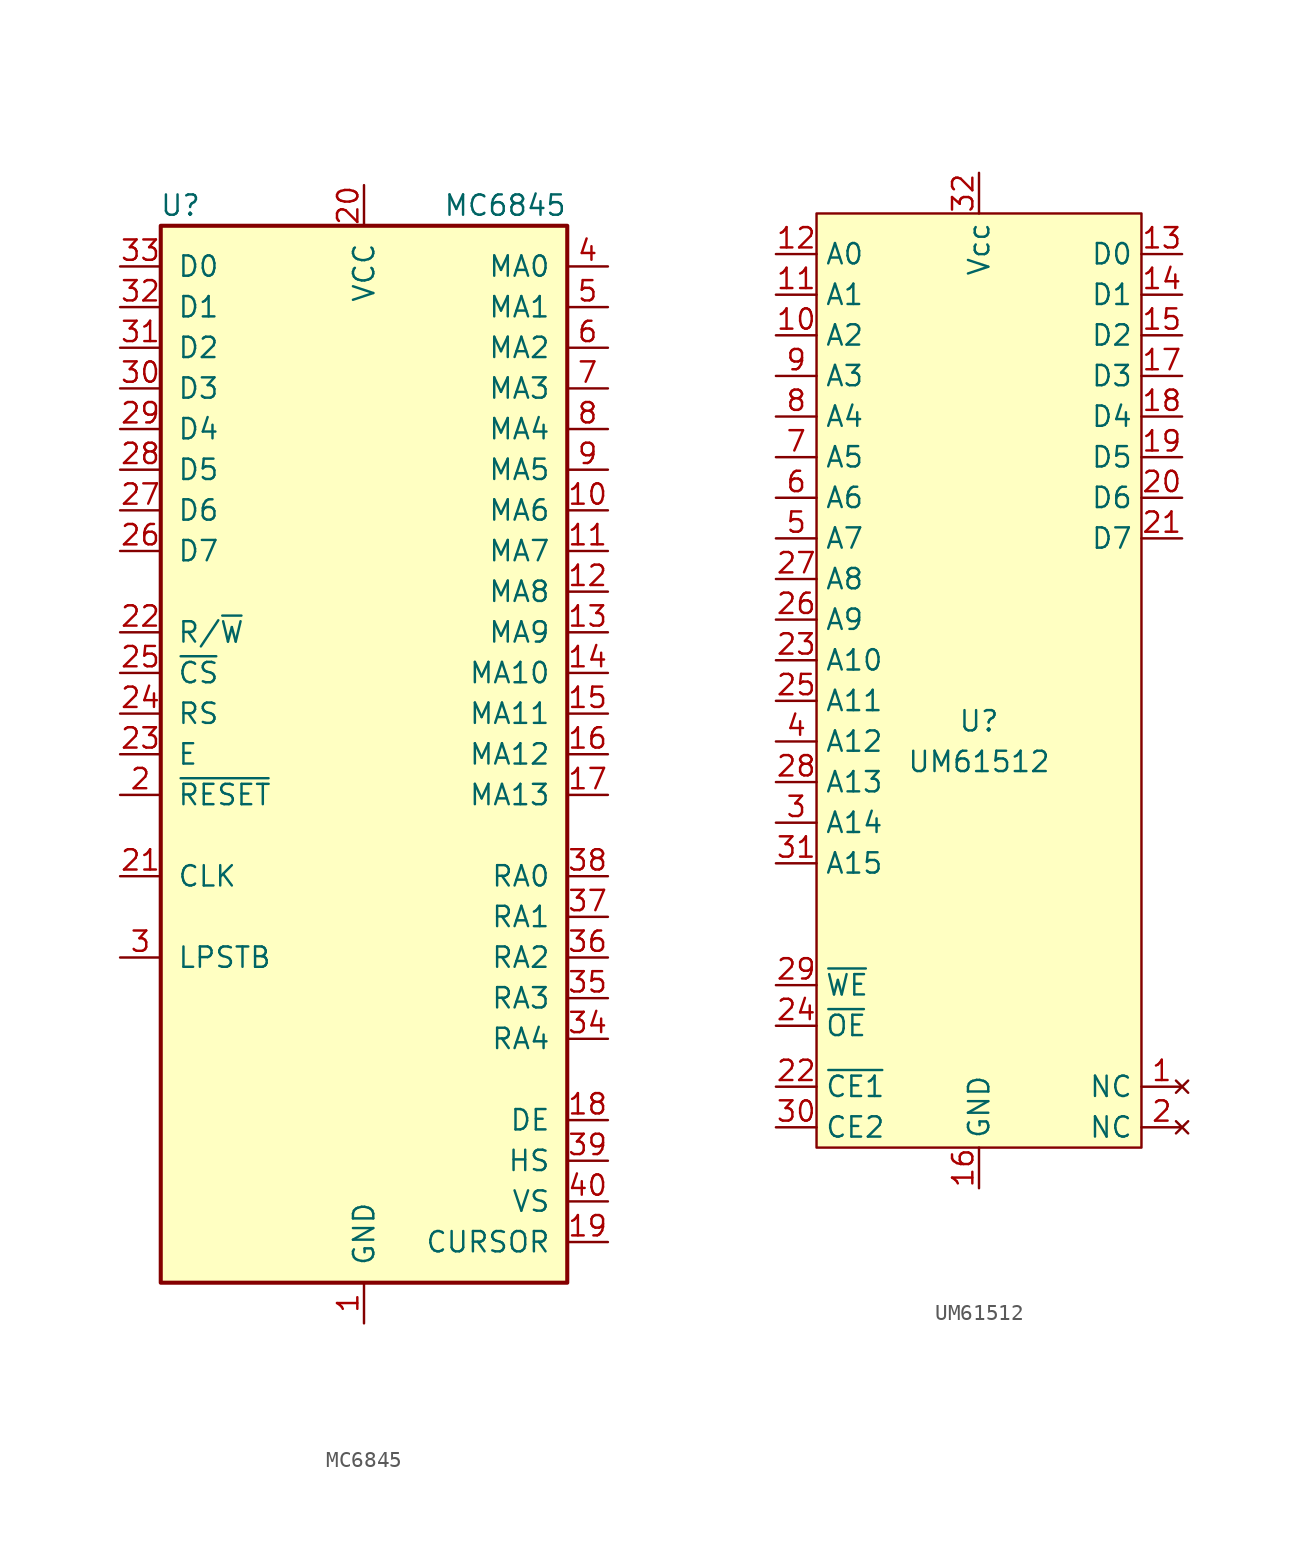
<source format=kicad_sym>
(kicad_symbol_lib
  (version 20211014)
  (generator kicad_symbol_editor)
  (symbol "MC6845"
    (pin_names
      (offset 1.016))
    (property "Reference" "U"
      (at -10.16 34.29 0)
      (effects (font (size 1.27 1.27)) (justify right)))
    (property "Value" "MC6845"
      (at 12.7 34.29 0)
      (effects (font (size 1.27 1.27)) (justify right)))
    (symbol "MC6845_0_1"
      (rectangle (start -12.7 -33.02) (end 12.7 33.02) (stroke (width 0.254) (type default) (color 0 0 0 0)) (fill (type background))))
    (symbol "MC6845_1_1"
      (pin power_in line (at 0 -35.56 90) (length 2.54) (name "GND" (effects (font (size 1.27 1.27)))) (number "1" (effects (font (size 1.27 1.27)))))
      (pin output line (at 15.24 15.24 180) (length 2.54) (name "MA6" (effects (font (size 1.27 1.27)))) (number "10" (effects (font (size 1.27 1.27)))))
      (pin output line (at 15.24 12.7 180) (length 2.54) (name "MA7" (effects (font (size 1.27 1.27)))) (number "11" (effects (font (size 1.27 1.27)))))
      (pin output line (at 15.24 10.16 180) (length 2.54) (name "MA8" (effects (font (size 1.27 1.27)))) (number "12" (effects (font (size 1.27 1.27)))))
      (pin output line (at 15.24 7.62 180) (length 2.54) (name "MA9" (effects (font (size 1.27 1.27)))) (number "13" (effects (font (size 1.27 1.27)))))
      (pin output line (at 15.24 5.08 180) (length 2.54) (name "MA10" (effects (font (size 1.27 1.27)))) (number "14" (effects (font (size 1.27 1.27)))))
      (pin output line (at 15.24 2.54 180) (length 2.54) (name "MA11" (effects (font (size 1.27 1.27)))) (number "15" (effects (font (size 1.27 1.27)))))
      (pin output line (at 15.24 0 180) (length 2.54) (name "MA12" (effects (font (size 1.27 1.27)))) (number "16" (effects (font (size 1.27 1.27)))))
      (pin output line (at 15.24 -2.54 180) (length 2.54) (name "MA13" (effects (font (size 1.27 1.27)))) (number "17" (effects (font (size 1.27 1.27)))))
      (pin output line (at 15.24 -22.86 180) (length 2.54) (name "DE" (effects (font (size 1.27 1.27)))) (number "18" (effects (font (size 1.27 1.27)))))
      (pin output line (at 15.24 -30.48 180) (length 2.54) (name "CURSOR" (effects (font (size 1.27 1.27)))) (number "19" (effects (font (size 1.27 1.27)))))
      (pin input line (at -15.24 -2.54 0) (length 2.54) (name "~{RESET}" (effects (font (size 1.27 1.27)))) (number "2" (effects (font (size 1.27 1.27)))))
      (pin power_in line (at 0 35.56 270) (length 2.54) (name "VCC" (effects (font (size 1.27 1.27)))) (number "20" (effects (font (size 1.27 1.27)))))
      (pin input line (at -15.24 -7.62 0) (length 2.54) (name "CLK" (effects (font (size 1.27 1.27)))) (number "21" (effects (font (size 1.27 1.27)))))
      (pin input line (at -15.24 7.62 0) (length 2.54) (name "R/~{W}" (effects (font (size 1.27 1.27)))) (number "22" (effects (font (size 1.27 1.27)))))
      (pin input line (at -15.24 0 0) (length 2.54) (name "E" (effects (font (size 1.27 1.27)))) (number "23" (effects (font (size 1.27 1.27)))))
      (pin input line (at -15.24 2.54 0) (length 2.54) (name "RS" (effects (font (size 1.27 1.27)))) (number "24" (effects (font (size 1.27 1.27)))))
      (pin input line (at -15.24 5.08 0) (length 2.54) (name "~{CS}" (effects (font (size 1.27 1.27)))) (number "25" (effects (font (size 1.27 1.27)))))
      (pin bidirectional line (at -15.24 12.7 0) (length 2.54) (name "D7" (effects (font (size 1.27 1.27)))) (number "26" (effects (font (size 1.27 1.27)))))
      (pin bidirectional line (at -15.24 15.24 0) (length 2.54) (name "D6" (effects (font (size 1.27 1.27)))) (number "27" (effects (font (size 1.27 1.27)))))
      (pin bidirectional line (at -15.24 17.78 0) (length 2.54) (name "D5" (effects (font (size 1.27 1.27)))) (number "28" (effects (font (size 1.27 1.27)))))
      (pin bidirectional line (at -15.24 20.32 0) (length 2.54) (name "D4" (effects (font (size 1.27 1.27)))) (number "29" (effects (font (size 1.27 1.27)))))
      (pin input line (at -15.24 -12.7 0) (length 2.54) (name "LPSTB" (effects (font (size 1.27 1.27)))) (number "3" (effects (font (size 1.27 1.27)))))
      (pin bidirectional line (at -15.24 22.86 0) (length 2.54) (name "D3" (effects (font (size 1.27 1.27)))) (number "30" (effects (font (size 1.27 1.27)))))
      (pin bidirectional line (at -15.24 25.4 0) (length 2.54) (name "D2" (effects (font (size 1.27 1.27)))) (number "31" (effects (font (size 1.27 1.27)))))
      (pin bidirectional line (at -15.24 27.94 0) (length 2.54) (name "D1" (effects (font (size 1.27 1.27)))) (number "32" (effects (font (size 1.27 1.27)))))
      (pin bidirectional line (at -15.24 30.48 0) (length 2.54) (name "D0" (effects (font (size 1.27 1.27)))) (number "33" (effects (font (size 1.27 1.27)))))
      (pin output line (at 15.24 -17.78 180) (length 2.54) (name "RA4" (effects (font (size 1.27 1.27)))) (number "34" (effects (font (size 1.27 1.27)))))
      (pin output line (at 15.24 -15.24 180) (length 2.54) (name "RA3" (effects (font (size 1.27 1.27)))) (number "35" (effects (font (size 1.27 1.27)))))
      (pin output line (at 15.24 -12.7 180) (length 2.54) (name "RA2" (effects (font (size 1.27 1.27)))) (number "36" (effects (font (size 1.27 1.27)))))
      (pin output line (at 15.24 -10.16 180) (length 2.54) (name "RA1" (effects (font (size 1.27 1.27)))) (number "37" (effects (font (size 1.27 1.27)))))
      (pin output line (at 15.24 -7.62 180) (length 2.54) (name "RA0" (effects (font (size 1.27 1.27)))) (number "38" (effects (font (size 1.27 1.27)))))
      (pin output line (at 15.24 -25.4 180) (length 2.54) (name "HS" (effects (font (size 1.27 1.27)))) (number "39" (effects (font (size 1.27 1.27)))))
      (pin output line (at 15.24 30.48 180) (length 2.54) (name "MA0" (effects (font (size 1.27 1.27)))) (number "4" (effects (font (size 1.27 1.27)))))
      (pin output line (at 15.24 -27.94 180) (length 2.54) (name "VS" (effects (font (size 1.27 1.27)))) (number "40" (effects (font (size 1.27 1.27)))))
      (pin output line (at 15.24 27.94 180) (length 2.54) (name "MA1" (effects (font (size 1.27 1.27)))) (number "5" (effects (font (size 1.27 1.27)))))
      (pin output line (at 15.24 25.4 180) (length 2.54) (name "MA2" (effects (font (size 1.27 1.27)))) (number "6" (effects (font (size 1.27 1.27)))))
      (pin output line (at 15.24 22.86 180) (length 2.54) (name "MA3" (effects (font (size 1.27 1.27)))) (number "7" (effects (font (size 1.27 1.27)))))
      (pin output line (at 15.24 20.32 180) (length 2.54) (name "MA4" (effects (font (size 1.27 1.27)))) (number "8" (effects (font (size 1.27 1.27)))))
      (pin output line (at 15.24 17.78 180) (length 2.54) (name "MA5" (effects (font (size 1.27 1.27)))) (number "9" (effects (font (size 1.27 1.27)))))))
  (symbol "UM61512"
    (property "Reference" "U"
      (at 0 -3.81 0)
      (effects (font (size 1.27 1.27))))
    (property "Value" "UM61512"
      (at 0 -6.35 0)
      (effects (font (size 1.27 1.27))))
    (symbol "UM61512_0_1"
      (rectangle (start -10.16 27.94) (end 10.16 -30.48) (stroke (width 0) (type default) (color 0 0 0 0)) (fill (type background))))
    (symbol "UM61512_1_1"
      (pin no_connect line (at 12.7 -26.67 180) (length 2.54) (name "NC" (effects (font (size 1.27 1.27)))) (number "1" (effects (font (size 1.27 1.27)))))
      (pin input line (at -12.7 20.32 0) (length 2.54) (name "A2" (effects (font (size 1.27 1.27)))) (number "10" (effects (font (size 1.27 1.27)))))
      (pin input line (at -12.7 22.86 0) (length 2.54) (name "A1" (effects (font (size 1.27 1.27)))) (number "11" (effects (font (size 1.27 1.27)))))
      (pin input line (at -12.7 25.4 0) (length 2.54) (name "A0" (effects (font (size 1.27 1.27)))) (number "12" (effects (font (size 1.27 1.27)))))
      (pin bidirectional line (at 12.7 25.4 180) (length 2.54) (name "D0" (effects (font (size 1.27 1.27)))) (number "13" (effects (font (size 1.27 1.27)))))
      (pin bidirectional line (at 12.7 22.86 180) (length 2.54) (name "D1" (effects (font (size 1.27 1.27)))) (number "14" (effects (font (size 1.27 1.27)))))
      (pin bidirectional line (at 12.7 20.32 180) (length 2.54) (name "D2" (effects (font (size 1.27 1.27)))) (number "15" (effects (font (size 1.27 1.27)))))
      (pin power_in line (at 0 -33.02 90) (length 2.54) (name "GND" (effects (font (size 1.27 1.27)))) (number "16" (effects (font (size 1.27 1.27)))))
      (pin bidirectional line (at 12.7 17.78 180) (length 2.54) (name "D3" (effects (font (size 1.27 1.27)))) (number "17" (effects (font (size 1.27 1.27)))))
      (pin bidirectional line (at 12.7 15.24 180) (length 2.54) (name "D4" (effects (font (size 1.27 1.27)))) (number "18" (effects (font (size 1.27 1.27)))))
      (pin bidirectional line (at 12.7 12.7 180) (length 2.54) (name "D5" (effects (font (size 1.27 1.27)))) (number "19" (effects (font (size 1.27 1.27)))))
      (pin no_connect line (at 12.7 -29.21 180) (length 2.54) (name "NC" (effects (font (size 1.27 1.27)))) (number "2" (effects (font (size 1.27 1.27)))))
      (pin bidirectional line (at 12.7 10.16 180) (length 2.54) (name "D6" (effects (font (size 1.27 1.27)))) (number "20" (effects (font (size 1.27 1.27)))))
      (pin bidirectional line (at 12.7 7.62 180) (length 2.54) (name "D7" (effects (font (size 1.27 1.27)))) (number "21" (effects (font (size 1.27 1.27)))))
      (pin input line (at -12.7 -26.67 0) (length 2.54) (name "~{CE1}" (effects (font (size 1.27 1.27)))) (number "22" (effects (font (size 1.27 1.27)))))
      (pin input line (at -12.7 0 0) (length 2.54) (name "A10" (effects (font (size 1.27 1.27)))) (number "23" (effects (font (size 1.27 1.27)))))
      (pin input line (at -12.7 -22.86 0) (length 2.54) (name "~{OE}" (effects (font (size 1.27 1.27)))) (number "24" (effects (font (size 1.27 1.27)))))
      (pin input line (at -12.7 -2.54 0) (length 2.54) (name "A11" (effects (font (size 1.27 1.27)))) (number "25" (effects (font (size 1.27 1.27)))))
      (pin input line (at -12.7 2.54 0) (length 2.54) (name "A9" (effects (font (size 1.27 1.27)))) (number "26" (effects (font (size 1.27 1.27)))))
      (pin input line (at -12.7 5.08 0) (length 2.54) (name "A8" (effects (font (size 1.27 1.27)))) (number "27" (effects (font (size 1.27 1.27)))))
      (pin input line (at -12.7 -7.62 0) (length 2.54) (name "A13" (effects (font (size 1.27 1.27)))) (number "28" (effects (font (size 1.27 1.27)))))
      (pin input line (at -12.7 -20.32 0) (length 2.54) (name "~{WE}" (effects (font (size 1.27 1.27)))) (number "29" (effects (font (size 1.27 1.27)))))
      (pin input line (at -12.7 -10.16 0) (length 2.54) (name "A14" (effects (font (size 1.27 1.27)))) (number "3" (effects (font (size 1.27 1.27)))))
      (pin input line (at -12.7 -29.21 0) (length 2.54) (name "CE2" (effects (font (size 1.27 1.27)))) (number "30" (effects (font (size 1.27 1.27)))))
      (pin input line (at -12.7 -12.7 0) (length 2.54) (name "A15" (effects (font (size 1.27 1.27)))) (number "31" (effects (font (size 1.27 1.27)))))
      (pin power_in line (at 0 30.48 270) (length 2.54) (name "Vcc" (effects (font (size 1.27 1.27)))) (number "32" (effects (font (size 1.27 1.27)))))
      (pin input line (at -12.7 -5.08 0) (length 2.54) (name "A12" (effects (font (size 1.27 1.27)))) (number "4" (effects (font (size 1.27 1.27)))))
      (pin input line (at -12.7 7.62 0) (length 2.54) (name "A7" (effects (font (size 1.27 1.27)))) (number "5" (effects (font (size 1.27 1.27)))))
      (pin input line (at -12.7 10.16 0) (length 2.54) (name "A6" (effects (font (size 1.27 1.27)))) (number "6" (effects (font (size 1.27 1.27)))))
      (pin input line (at -12.7 12.7 0) (length 2.54) (name "A5" (effects (font (size 1.27 1.27)))) (number "7" (effects (font (size 1.27 1.27)))))
      (pin input line (at -12.7 15.24 0) (length 2.54) (name "A4" (effects (font (size 1.27 1.27)))) (number "8" (effects (font (size 1.27 1.27)))))
      (pin input line (at -12.7 17.78 0) (length 2.54) (name "A3" (effects (font (size 1.27 1.27)))) (number "9" (effects (font (size 1.27 1.27))))))))
</source>
